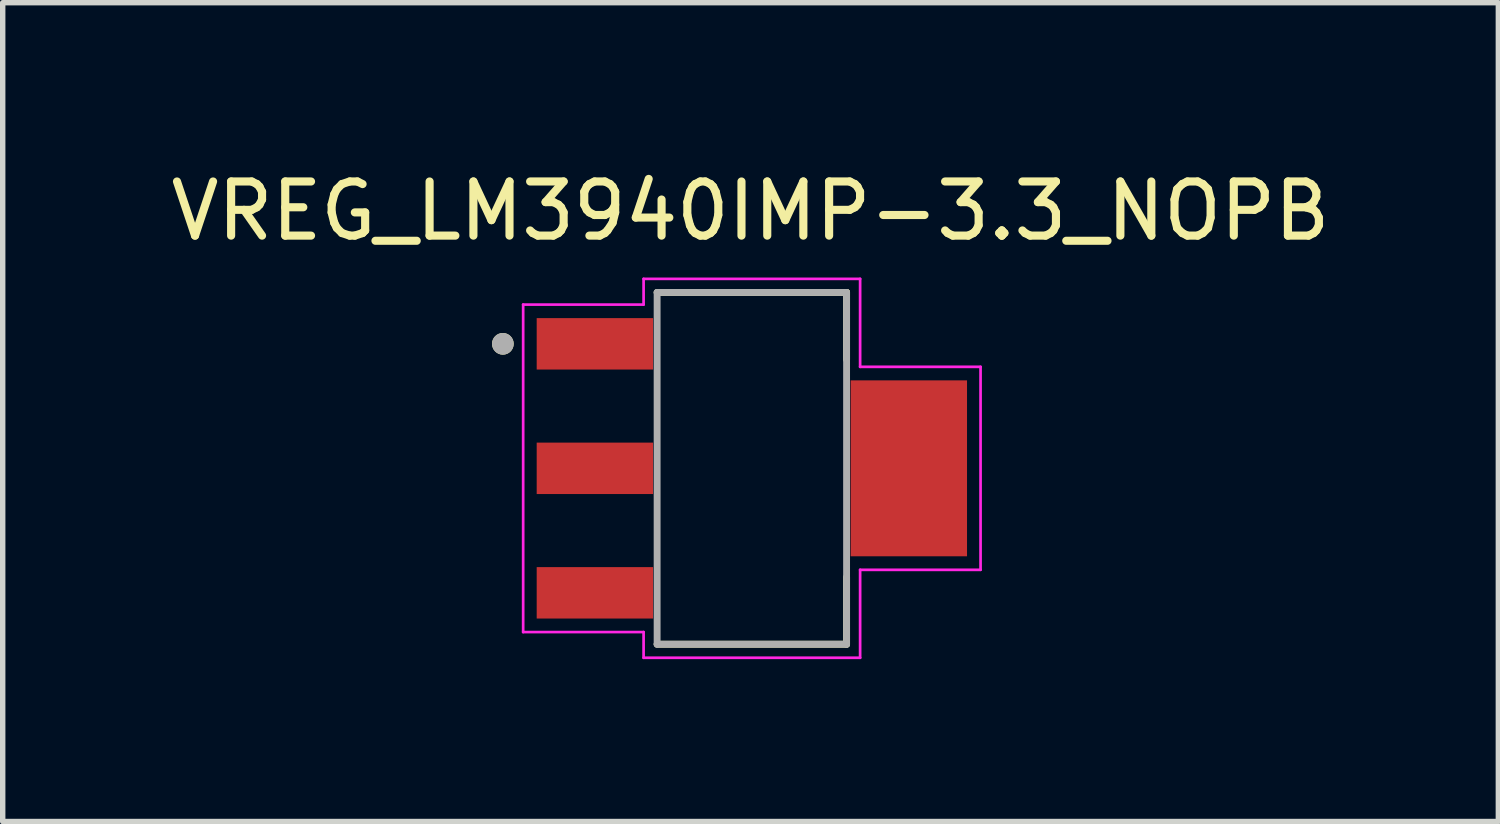
<source format=kicad_pcb>
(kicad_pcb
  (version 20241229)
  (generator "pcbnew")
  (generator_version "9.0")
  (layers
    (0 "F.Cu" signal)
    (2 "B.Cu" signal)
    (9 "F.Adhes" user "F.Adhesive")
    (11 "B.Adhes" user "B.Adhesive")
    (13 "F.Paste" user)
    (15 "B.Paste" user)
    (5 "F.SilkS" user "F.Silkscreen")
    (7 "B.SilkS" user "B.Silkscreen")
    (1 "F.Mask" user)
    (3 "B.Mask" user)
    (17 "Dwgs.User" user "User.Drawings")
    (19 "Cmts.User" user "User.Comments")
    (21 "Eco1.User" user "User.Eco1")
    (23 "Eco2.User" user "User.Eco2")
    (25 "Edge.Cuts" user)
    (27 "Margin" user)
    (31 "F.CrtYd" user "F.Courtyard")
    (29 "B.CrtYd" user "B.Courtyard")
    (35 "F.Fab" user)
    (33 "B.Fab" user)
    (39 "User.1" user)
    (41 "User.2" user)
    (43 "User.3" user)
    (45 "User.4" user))
  (footprint "VREG_LM3940IMP-3.3_NOPB"
    (layer "F.Cu")
    (at 10.84 5.602)
    (property "Reference" "VREG_LM3940IMP-3.3_NOPB" (at -0.025 -4.754 0) (layer "F.SilkS") (effects (font (size 1 1) (thickness 0.15))))
    (attr smd)
    (fp_line (start -1.75 -3.25) (end 1.75 -3.25) (stroke (width 0.127) (type solid)) (layer "F.SilkS"))
    (fp_line (start -1.75 3.25) (end 1.75 3.25) (stroke (width 0.127) (type solid)) (layer "F.SilkS"))
    (fp_line (start 1.75 -3.25) (end 1.75 -2.01) (stroke (width 0.127) (type solid)) (layer "F.SilkS"))
    (fp_line (start 1.75 3.25) (end 1.75 2.01) (stroke (width 0.127) (type solid)) (layer "F.SilkS"))
    (fp_circle (center -4.6 -2.3) (end -4.5 -2.3) (stroke (width 0.2) (type solid)) (fill no) (layer "F.SilkS"))
    (fp_line (start -4.225 -3.025) (end -4.225 3.025) (stroke (width 0.05) (type solid)) (layer "F.CrtYd"))
    (fp_line (start -4.225 3.025) (end -2 3.025) (stroke (width 0.05) (type solid)) (layer "F.CrtYd"))
    (fp_line (start -2 -3.5) (end -2 -3.025) (stroke (width 0.05) (type solid)) (layer "F.CrtYd"))
    (fp_line (start -2 -3.025) (end -4.225 -3.025) (stroke (width 0.05) (type solid)) (layer "F.CrtYd"))
    (fp_line (start -2 3.025) (end -2 3.5) (stroke (width 0.05) (type solid)) (layer "F.CrtYd"))
    (fp_line (start -2 3.5) (end 2 3.5) (stroke (width 0.05) (type solid)) (layer "F.CrtYd"))
    (fp_line (start 2 -3.5) (end -2 -3.5) (stroke (width 0.05) (type solid)) (layer "F.CrtYd"))
    (fp_line (start 2 -1.875) (end 2 -3.5) (stroke (width 0.05) (type solid)) (layer "F.CrtYd"))
    (fp_line (start 2 1.875) (end 4.225 1.875) (stroke (width 0.05) (type solid)) (layer "F.CrtYd"))
    (fp_line (start 2 3.5) (end 2 1.875) (stroke (width 0.05) (type solid)) (layer "F.CrtYd"))
    (fp_line (start 4.225 -1.875) (end 2 -1.875) (stroke (width 0.05) (type solid)) (layer "F.CrtYd"))
    (fp_line (start 4.225 1.875) (end 4.225 -1.875) (stroke (width 0.05) (type solid)) (layer "F.CrtYd"))
    (fp_line (start -1.75 -3.25) (end -1.75 3.25) (stroke (width 0.127) (type solid)) (layer "F.Fab"))
    (fp_line (start 1.75 -3.25) (end -1.75 -3.25) (stroke (width 0.127) (type solid)) (layer "F.Fab"))
    (fp_line (start 1.75 -3.25) (end 1.75 3.25) (stroke (width 0.127) (type solid)) (layer "F.Fab"))
    (fp_line (start 1.75 3.25) (end -1.75 3.25) (stroke (width 0.127) (type solid)) (layer "F.Fab"))
    (fp_circle (center -4.6 -2.3) (end -4.5 -2.3) (stroke (width 0.2) (type solid)) (fill no) (layer "F.Fab"))
    (pad "1" smd rect (at -2.9 -2.3 270) (size 0.95 2.15) (layers "F.Cu" "F.Mask" "F.Paste"))
    (pad "2" smd rect (at -2.9 0 270) (size 0.95 2.15) (layers "F.Cu" "F.Mask" "F.Paste"))
    (pad "3" smd rect (at -2.9 2.3 270) (size 0.95 2.15) (layers "F.Cu" "F.Mask" "F.Paste"))
    (pad "4" smd rect (at 2.9 0 270) (size 3.25 2.15) (layers "F.Cu" "F.Mask" "F.Paste")))
  (gr_rect
    (start -3 -3)
    (end 24.631 12.127)
    (stroke (width 0.1) (type default))
    (fill no)
    (layer "Edge.Cuts")))
</source>
